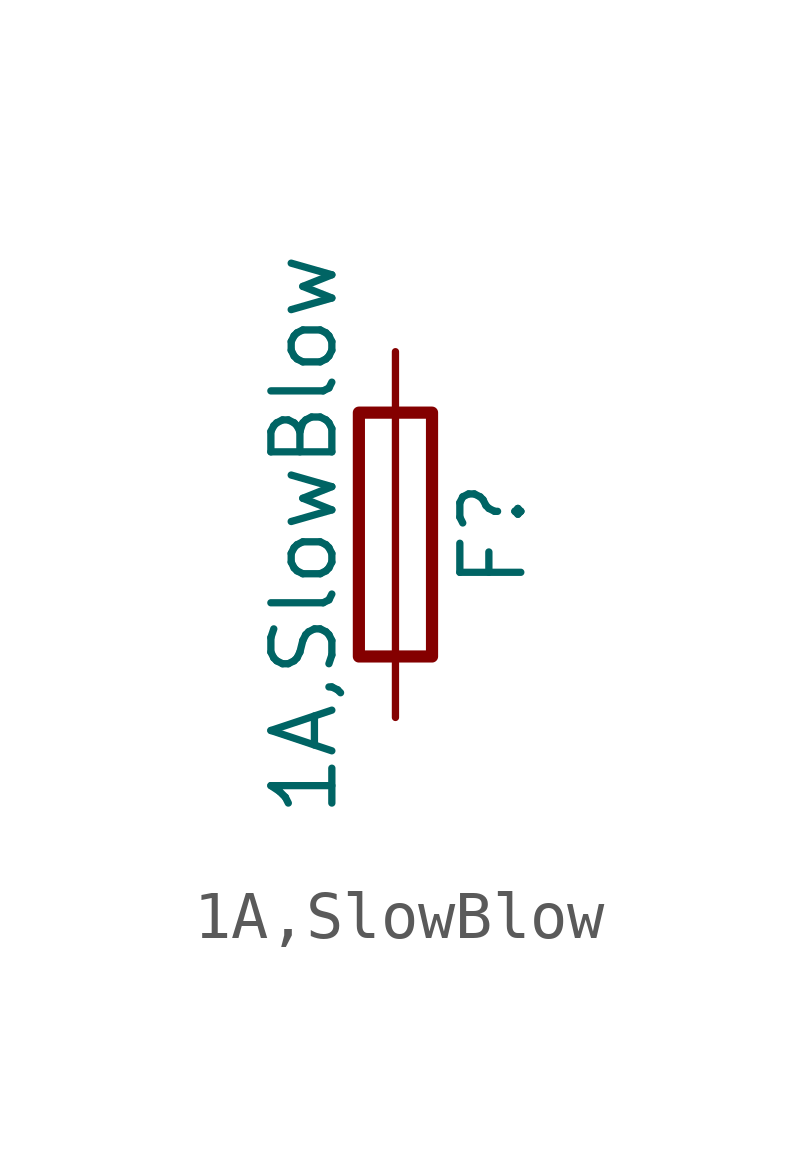
<source format=kicad_sym>
(kicad_symbol_lib
  (version 20220914)
  (generator kicad_db_lib)
  (symbol "1A,SlowBlow"
    (pin_numbers hide)
    (pin_names
      (offset 0))
    (property "Reference" "F"
      (at 2.032 0 90)
      (effects (font (size 1.27 1.27))))
    (property "Value" "1A,SlowBlow"
      (at -1.905 0 90)
      (effects (font (size 1.27 1.27))))
    (symbol "1A,SlowBlow_0_1"
      (rectangle (start -0.762 -2.54) (end 0.762 2.54) (stroke (width 0.254) (type default)) (fill (type none)))
      (polyline (pts (xy 0 2.54) (xy 0 -2.54)) (stroke (width 0) (type default)) (fill (type none))))
    (symbol "1A,SlowBlow_1_1"
      (pin passive line (at 0 3.81 270) (length 1.27) (name "~" (effects (font (size 1.27 1.27)))) (number "1" (effects (font (size 1.27 1.27)))))
      (pin passive line (at 0 -3.81 90) (length 1.27) (name "~" (effects (font (size 1.27 1.27)))) (number "2" (effects (font (size 1.27 1.27))))))))
</source>
